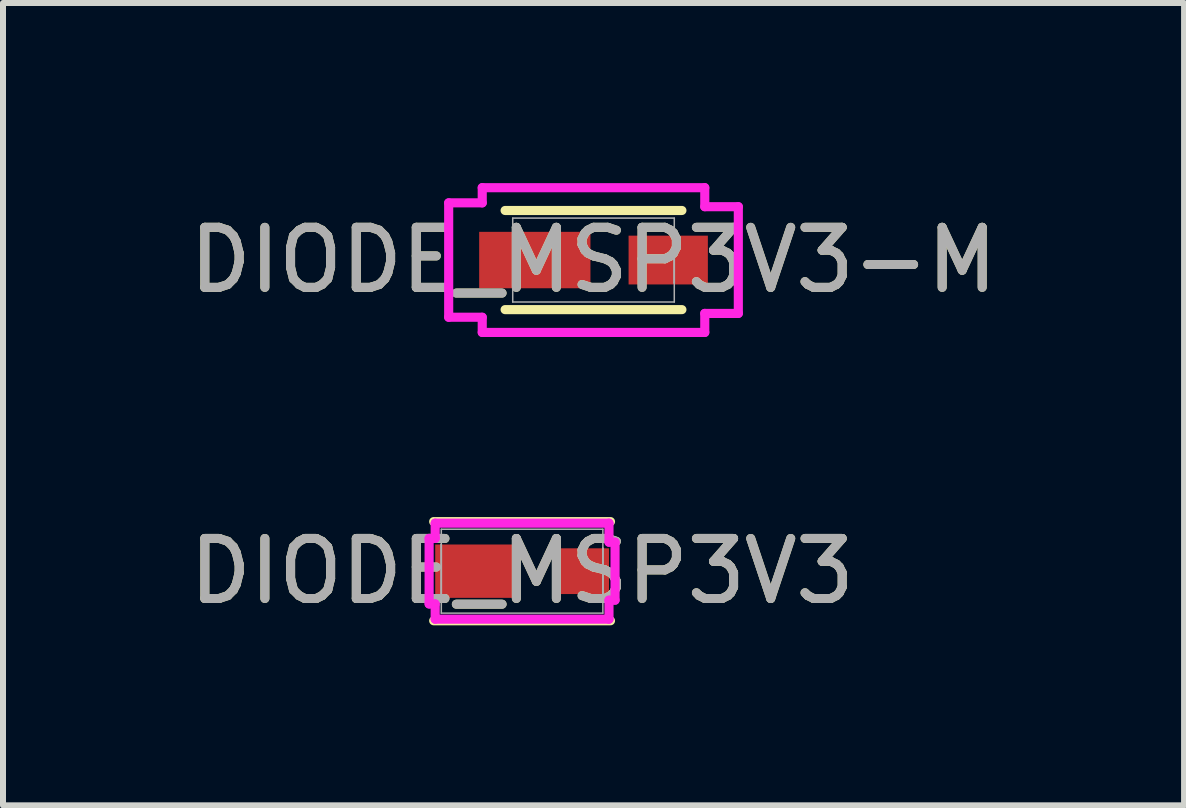
<source format=kicad_pcb>
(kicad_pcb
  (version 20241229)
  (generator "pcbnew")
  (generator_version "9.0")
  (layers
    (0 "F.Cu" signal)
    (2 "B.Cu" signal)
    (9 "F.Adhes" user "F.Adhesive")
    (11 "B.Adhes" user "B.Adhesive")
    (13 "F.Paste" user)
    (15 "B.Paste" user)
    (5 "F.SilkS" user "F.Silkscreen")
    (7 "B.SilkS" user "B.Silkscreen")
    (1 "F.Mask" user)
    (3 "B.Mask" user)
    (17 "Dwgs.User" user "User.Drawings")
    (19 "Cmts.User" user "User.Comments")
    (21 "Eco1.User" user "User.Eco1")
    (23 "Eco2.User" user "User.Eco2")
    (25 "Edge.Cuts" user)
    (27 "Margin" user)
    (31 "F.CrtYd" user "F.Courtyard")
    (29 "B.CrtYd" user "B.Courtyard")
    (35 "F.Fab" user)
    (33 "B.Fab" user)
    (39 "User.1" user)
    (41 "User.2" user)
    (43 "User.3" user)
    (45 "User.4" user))
  (footprint "DIODE_MSP3V3-M"
    (layer "F.Cu")
    (at 6.839 1.283)
    (property "Reference" "DIODE_MSP3V3-M" (at 0 0 0) (unlocked yes) (layer "F.SilkS") (effects (font (size 1 1) (thickness 0.15))))
    (attr smd)
    (fp_line (start -1.473 0.826) (end 1.473 0.826) (stroke (width 0.152) (type solid)) (layer "F.SilkS"))
    (fp_line (start 1.473 -0.826) (end -1.473 -0.826) (stroke (width 0.152) (type solid)) (layer "F.SilkS"))
    (fp_line (start -2.413 -0.953) (end -1.854 -0.953) (stroke (width 0.152) (type solid)) (layer "F.CrtYd"))
    (fp_line (start -2.413 0.953) (end -2.413 -0.953) (stroke (width 0.152) (type solid)) (layer "F.CrtYd"))
    (fp_line (start -1.854 -1.206) (end 1.854 -1.206) (stroke (width 0.152) (type solid)) (layer "F.CrtYd"))
    (fp_line (start -1.854 -0.953) (end -1.854 -1.206) (stroke (width 0.152) (type solid)) (layer "F.CrtYd"))
    (fp_line (start -1.854 0.953) (end -2.413 0.953) (stroke (width 0.152) (type solid)) (layer "F.CrtYd"))
    (fp_line (start -1.854 1.206) (end -1.854 0.953) (stroke (width 0.152) (type solid)) (layer "F.CrtYd"))
    (fp_line (start 1.854 -1.206) (end 1.854 -0.889) (stroke (width 0.152) (type solid)) (layer "F.CrtYd"))
    (fp_line (start 1.854 -0.889) (end 2.413 -0.889) (stroke (width 0.152) (type solid)) (layer "F.CrtYd"))
    (fp_line (start 1.854 0.889) (end 1.854 1.206) (stroke (width 0.152) (type solid)) (layer "F.CrtYd"))
    (fp_line (start 1.854 1.206) (end -1.854 1.206) (stroke (width 0.152) (type solid)) (layer "F.CrtYd"))
    (fp_line (start 2.413 -0.889) (end 2.413 0.889) (stroke (width 0.152) (type solid)) (layer "F.CrtYd"))
    (fp_line (start 2.413 0.889) (end 1.854 0.889) (stroke (width 0.152) (type solid)) (layer "F.CrtYd"))
    (fp_line (start -1.346 -0.699) (end -1.346 0.699) (stroke (width 0.025) (type solid)) (layer "F.Fab"))
    (fp_line (start -1.346 -0.445) (end -1.346 -0.445) (stroke (width 0.025) (type solid)) (layer "F.Fab"))
    (fp_line (start -1.346 -0.445) (end -1.346 0.445) (stroke (width 0.025) (type solid)) (layer "F.Fab"))
    (fp_line (start -1.346 0.445) (end -1.346 -0.445) (stroke (width 0.025) (type solid)) (layer "F.Fab"))
    (fp_line (start -1.346 0.445) (end -1.346 0.445) (stroke (width 0.025) (type solid)) (layer "F.Fab"))
    (fp_line (start -1.346 0.699) (end 1.346 0.699) (stroke (width 0.025) (type solid)) (layer "F.Fab"))
    (fp_line (start 1.346 -0.699) (end -1.346 -0.699) (stroke (width 0.025) (type solid)) (layer "F.Fab"))
    (fp_line (start 1.346 -0.381) (end 1.346 -0.381) (stroke (width 0.025) (type solid)) (layer "F.Fab"))
    (fp_line (start 1.346 -0.381) (end 1.346 0.381) (stroke (width 0.025) (type solid)) (layer "F.Fab"))
    (fp_line (start 1.346 0.381) (end 1.346 -0.381) (stroke (width 0.025) (type solid)) (layer "F.Fab"))
    (fp_line (start 1.346 0.381) (end 1.346 0.381) (stroke (width 0.025) (type solid)) (layer "F.Fab"))
    (fp_line (start 1.346 0.699) (end 1.346 -0.699) (stroke (width 0.025) (type solid)) (layer "F.Fab"))
    (fp_text user "${REFERENCE}" (at 0 0 0) (unlocked yes) (layer "F.Fab") (effects (font (size 1 1) (thickness 0.15))))
    (pad "1" smd rect (at -0.978 0) (size 1.854 0.94) (layers "F.Cu" "F.Mask" "F.Paste"))
    (pad "2" smd rect (at 1.245 0) (size 1.321 0.813) (layers "F.Cu" "F.Mask" "F.Paste"))
    (zone (net_name "") (layer "F.Cu") (hatch full 0.508) (connect_pads) (min_thickness 0.254) (filled_areas_thickness no) (keepout (tracks not_allowed) (vias not_allowed) (pads allowed) (copperpour not_allowed) (footprints allowed)) (placement (enabled no)) (fill) (polygon (pts (xy 6.839 0.635) (xy 7.373 0.635) (xy 7.373 1.93) (xy 6.839 1.93)))))
  (footprint "DIODE_MSP3V3"
    (layer "F.Cu")
    (at 5.649 6.467)
    (property "Reference" "DIODE_MSP3V3" (at 0 0 0) (unlocked yes) (layer "F.SilkS") (effects (font (size 1 1) (thickness 0.15))))
    (attr smd)
    (fp_line (start -1.473 0.826) (end 1.473 0.826) (stroke (width 0.152) (type solid)) (layer "F.SilkS"))
    (fp_line (start 1.473 -0.826) (end -1.473 -0.826) (stroke (width 0.152) (type solid)) (layer "F.SilkS"))
    (fp_line (start -1.549 -0.546) (end -1.448 -0.546) (stroke (width 0.152) (type solid)) (layer "F.CrtYd"))
    (fp_line (start -1.549 0.546) (end -1.549 -0.546) (stroke (width 0.152) (type solid)) (layer "F.CrtYd"))
    (fp_line (start -1.448 -0.8) (end 1.448 -0.8) (stroke (width 0.152) (type solid)) (layer "F.CrtYd"))
    (fp_line (start -1.448 -0.546) (end -1.448 -0.8) (stroke (width 0.152) (type solid)) (layer "F.CrtYd"))
    (fp_line (start -1.448 0.546) (end -1.549 0.546) (stroke (width 0.152) (type solid)) (layer "F.CrtYd"))
    (fp_line (start -1.448 0.8) (end -1.448 0.546) (stroke (width 0.152) (type solid)) (layer "F.CrtYd"))
    (fp_line (start 1.448 -0.8) (end 1.448 -0.483) (stroke (width 0.152) (type solid)) (layer "F.CrtYd"))
    (fp_line (start 1.448 -0.483) (end 1.549 -0.483) (stroke (width 0.152) (type solid)) (layer "F.CrtYd"))
    (fp_line (start 1.448 0.483) (end 1.448 0.8) (stroke (width 0.152) (type solid)) (layer "F.CrtYd"))
    (fp_line (start 1.448 0.8) (end -1.448 0.8) (stroke (width 0.152) (type solid)) (layer "F.CrtYd"))
    (fp_line (start 1.549 -0.483) (end 1.549 0.483) (stroke (width 0.152) (type solid)) (layer "F.CrtYd"))
    (fp_line (start 1.549 0.483) (end 1.448 0.483) (stroke (width 0.152) (type solid)) (layer "F.CrtYd"))
    (fp_line (start -1.346 -0.699) (end -1.346 0.699) (stroke (width 0.025) (type solid)) (layer "F.Fab"))
    (fp_line (start -1.346 -0.445) (end -1.346 -0.445) (stroke (width 0.025) (type solid)) (layer "F.Fab"))
    (fp_line (start -1.346 -0.445) (end -1.346 0.445) (stroke (width 0.025) (type solid)) (layer "F.Fab"))
    (fp_line (start -1.346 0.445) (end -1.346 -0.445) (stroke (width 0.025) (type solid)) (layer "F.Fab"))
    (fp_line (start -1.346 0.445) (end -1.346 0.445) (stroke (width 0.025) (type solid)) (layer "F.Fab"))
    (fp_line (start -1.346 0.699) (end 1.346 0.699) (stroke (width 0.025) (type solid)) (layer "F.Fab"))
    (fp_line (start 1.346 -0.699) (end -1.346 -0.699) (stroke (width 0.025) (type solid)) (layer "F.Fab"))
    (fp_line (start 1.346 -0.381) (end 1.346 -0.381) (stroke (width 0.025) (type solid)) (layer "F.Fab"))
    (fp_line (start 1.346 -0.381) (end 1.346 0.381) (stroke (width 0.025) (type solid)) (layer "F.Fab"))
    (fp_line (start 1.346 0.381) (end 1.346 -0.381) (stroke (width 0.025) (type solid)) (layer "F.Fab"))
    (fp_line (start 1.346 0.381) (end 1.346 0.381) (stroke (width 0.025) (type solid)) (layer "F.Fab"))
    (fp_line (start 1.346 0.699) (end 1.346 -0.699) (stroke (width 0.025) (type solid)) (layer "F.Fab"))
    (fp_text user "${REFERENCE}" (at 0 0 0) (unlocked yes) (layer "F.Fab") (effects (font (size 1 1) (thickness 0.15))))
    (pad "1" smd rect (at -0.749 0) (size 1.397 0.889) (layers "F.Cu" "F.Mask" "F.Paste"))
    (pad "2" smd rect (at 1.016 0) (size 0.864 0.762) (layers "F.Cu" "F.Mask" "F.Paste"))
    (zone (net_name "") (layer "F.Cu") (hatch full 0.508) (connect_pads) (min_thickness 0.254) (filled_areas_thickness no) (keepout (tracks not_allowed) (vias not_allowed) (pads allowed) (copperpour not_allowed) (footprints allowed)) (placement (enabled no)) (fill) (polygon (pts (xy 5.649 5.819) (xy 6.182 5.819) (xy 6.182 7.115) (xy 5.649 7.115)))))
  (gr_rect
    (start -3 -3)
    (end 16.679 10.369)
    (stroke (width 0.1) (type default))
    (fill no)
    (layer "Edge.Cuts")))
</source>
